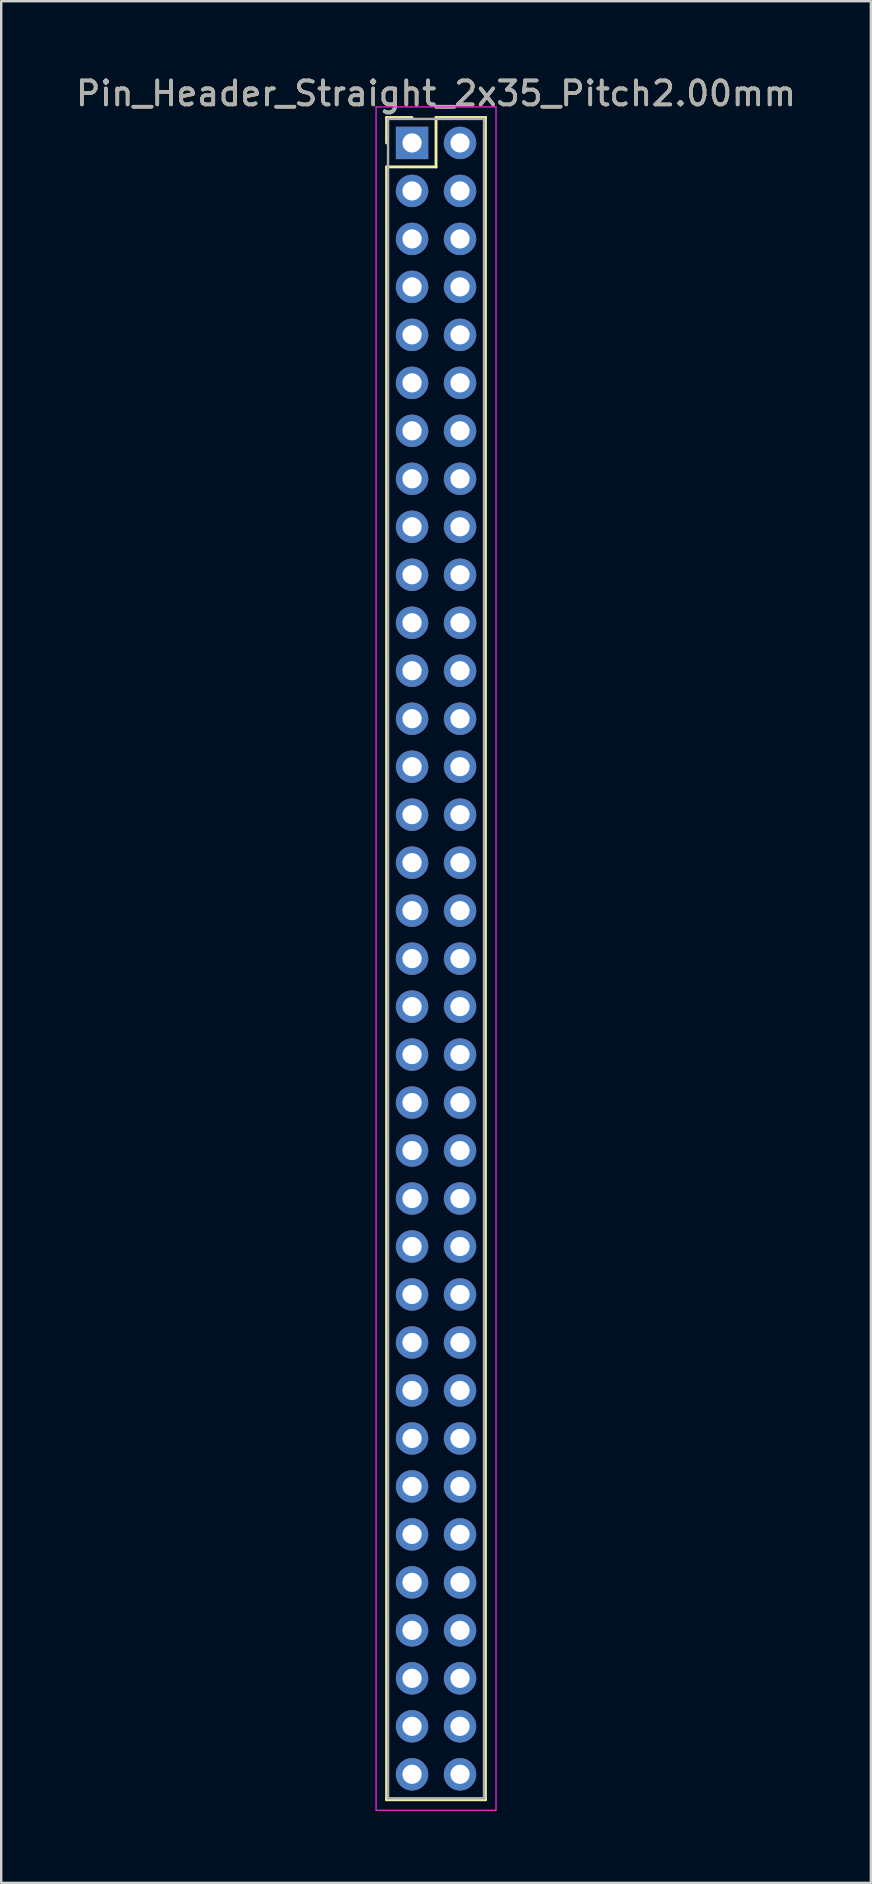
<source format=kicad_pcb>
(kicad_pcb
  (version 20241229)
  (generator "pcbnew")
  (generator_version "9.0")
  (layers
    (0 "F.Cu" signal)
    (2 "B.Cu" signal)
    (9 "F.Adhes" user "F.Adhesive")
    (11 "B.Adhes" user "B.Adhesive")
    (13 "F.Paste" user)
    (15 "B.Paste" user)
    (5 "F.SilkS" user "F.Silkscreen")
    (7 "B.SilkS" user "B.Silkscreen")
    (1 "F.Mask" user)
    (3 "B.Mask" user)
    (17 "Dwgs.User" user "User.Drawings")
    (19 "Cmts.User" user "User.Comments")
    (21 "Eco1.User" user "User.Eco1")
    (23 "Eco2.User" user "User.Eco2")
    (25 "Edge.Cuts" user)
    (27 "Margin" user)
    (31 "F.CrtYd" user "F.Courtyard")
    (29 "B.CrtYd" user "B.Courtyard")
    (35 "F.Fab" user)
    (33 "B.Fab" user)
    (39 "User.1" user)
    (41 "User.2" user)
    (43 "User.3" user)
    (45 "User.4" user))
  (footprint "Pin_Header_Straight_2x35_Pitch2.00mm"
    (layer "F.Cu")
    (at 14.125 2.908)
    (property "Reference" "Pin_Header_Straight_2x35_Pitch2.00mm" (at 1 -2.06 0) (layer "F.SilkS") (effects (font (size 1 1) (thickness 0.15))))
    (attr through_hole)
    (fp_line (start -1.06 -1.06) (end 0 -1.06) (stroke (width 0.12) (type solid)) (layer "F.SilkS"))
    (fp_line (start -1.06 0) (end -1.06 -1.06) (stroke (width 0.12) (type solid)) (layer "F.SilkS"))
    (fp_line (start -1.06 1) (end -1.06 69.06) (stroke (width 0.12) (type solid)) (layer "F.SilkS"))
    (fp_line (start -1.06 69.06) (end 3.06 69.06) (stroke (width 0.12) (type solid)) (layer "F.SilkS"))
    (fp_line (start 1 -1.06) (end 1 1) (stroke (width 0.12) (type solid)) (layer "F.SilkS"))
    (fp_line (start 1 1) (end -1.06 1) (stroke (width 0.12) (type solid)) (layer "F.SilkS"))
    (fp_line (start 3.06 -1.06) (end 1 -1.06) (stroke (width 0.12) (type solid)) (layer "F.SilkS"))
    (fp_line (start 3.06 69.06) (end 3.06 -1.06) (stroke (width 0.12) (type solid)) (layer "F.SilkS"))
    (fp_line (start -1.5 -1.5) (end -1.5 69.5) (stroke (width 0.05) (type solid)) (layer "F.CrtYd"))
    (fp_line (start -1.5 69.5) (end 3.5 69.5) (stroke (width 0.05) (type solid)) (layer "F.CrtYd"))
    (fp_line (start 3.5 -1.5) (end -1.5 -1.5) (stroke (width 0.05) (type solid)) (layer "F.CrtYd"))
    (fp_line (start 3.5 69.5) (end 3.5 -1.5) (stroke (width 0.05) (type solid)) (layer "F.CrtYd"))
    (fp_line (start -1 -1) (end -1 69) (stroke (width 0.1) (type solid)) (layer "F.Fab"))
    (fp_line (start -1 69) (end 3 69) (stroke (width 0.1) (type solid)) (layer "F.Fab"))
    (fp_line (start 3 -1) (end -1 -1) (stroke (width 0.1) (type solid)) (layer "F.Fab"))
    (fp_line (start 3 69) (end 3 -1) (stroke (width 0.1) (type solid)) (layer "F.Fab"))
    (fp_text user "${REFERENCE}" (at 1 -2.06 0) (layer "F.Fab") (effects (font (size 1 1) (thickness 0.15))))
    (pad "1" thru_hole rect (at 0 0) (size 1.35 1.35) (drill 0.8) (layers "*.Cu" "*.Mask"))
    (pad "2" thru_hole oval (at 2 0) (size 1.35 1.35) (drill 0.8) (layers "*.Cu" "*.Mask"))
    (pad "3" thru_hole oval (at 0 2) (size 1.35 1.35) (drill 0.8) (layers "*.Cu" "*.Mask"))
    (pad "4" thru_hole oval (at 2 2) (size 1.35 1.35) (drill 0.8) (layers "*.Cu" "*.Mask"))
    (pad "5" thru_hole oval (at 0 4) (size 1.35 1.35) (drill 0.8) (layers "*.Cu" "*.Mask"))
    (pad "6" thru_hole oval (at 2 4) (size 1.35 1.35) (drill 0.8) (layers "*.Cu" "*.Mask"))
    (pad "7" thru_hole oval (at 0 6) (size 1.35 1.35) (drill 0.8) (layers "*.Cu" "*.Mask"))
    (pad "8" thru_hole oval (at 2 6) (size 1.35 1.35) (drill 0.8) (layers "*.Cu" "*.Mask"))
    (pad "9" thru_hole oval (at 0 8) (size 1.35 1.35) (drill 0.8) (layers "*.Cu" "*.Mask"))
    (pad "10" thru_hole oval (at 2 8) (size 1.35 1.35) (drill 0.8) (layers "*.Cu" "*.Mask"))
    (pad "11" thru_hole oval (at 0 10) (size 1.35 1.35) (drill 0.8) (layers "*.Cu" "*.Mask"))
    (pad "12" thru_hole oval (at 2 10) (size 1.35 1.35) (drill 0.8) (layers "*.Cu" "*.Mask"))
    (pad "13" thru_hole oval (at 0 12) (size 1.35 1.35) (drill 0.8) (layers "*.Cu" "*.Mask"))
    (pad "14" thru_hole oval (at 2 12) (size 1.35 1.35) (drill 0.8) (layers "*.Cu" "*.Mask"))
    (pad "15" thru_hole oval (at 0 14) (size 1.35 1.35) (drill 0.8) (layers "*.Cu" "*.Mask"))
    (pad "16" thru_hole oval (at 2 14) (size 1.35 1.35) (drill 0.8) (layers "*.Cu" "*.Mask"))
    (pad "17" thru_hole oval (at 0 16) (size 1.35 1.35) (drill 0.8) (layers "*.Cu" "*.Mask"))
    (pad "18" thru_hole oval (at 2 16) (size 1.35 1.35) (drill 0.8) (layers "*.Cu" "*.Mask"))
    (pad "19" thru_hole oval (at 0 18) (size 1.35 1.35) (drill 0.8) (layers "*.Cu" "*.Mask"))
    (pad "20" thru_hole oval (at 2 18) (size 1.35 1.35) (drill 0.8) (layers "*.Cu" "*.Mask"))
    (pad "21" thru_hole oval (at 0 20) (size 1.35 1.35) (drill 0.8) (layers "*.Cu" "*.Mask"))
    (pad "22" thru_hole oval (at 2 20) (size 1.35 1.35) (drill 0.8) (layers "*.Cu" "*.Mask"))
    (pad "23" thru_hole oval (at 0 22) (size 1.35 1.35) (drill 0.8) (layers "*.Cu" "*.Mask"))
    (pad "24" thru_hole oval (at 2 22) (size 1.35 1.35) (drill 0.8) (layers "*.Cu" "*.Mask"))
    (pad "25" thru_hole oval (at 0 24) (size 1.35 1.35) (drill 0.8) (layers "*.Cu" "*.Mask"))
    (pad "26" thru_hole oval (at 2 24) (size 1.35 1.35) (drill 0.8) (layers "*.Cu" "*.Mask"))
    (pad "27" thru_hole oval (at 0 26) (size 1.35 1.35) (drill 0.8) (layers "*.Cu" "*.Mask"))
    (pad "28" thru_hole oval (at 2 26) (size 1.35 1.35) (drill 0.8) (layers "*.Cu" "*.Mask"))
    (pad "29" thru_hole oval (at 0 28) (size 1.35 1.35) (drill 0.8) (layers "*.Cu" "*.Mask"))
    (pad "30" thru_hole oval (at 2 28) (size 1.35 1.35) (drill 0.8) (layers "*.Cu" "*.Mask"))
    (pad "31" thru_hole oval (at 0 30) (size 1.35 1.35) (drill 0.8) (layers "*.Cu" "*.Mask"))
    (pad "32" thru_hole oval (at 2 30) (size 1.35 1.35) (drill 0.8) (layers "*.Cu" "*.Mask"))
    (pad "33" thru_hole oval (at 0 32) (size 1.35 1.35) (drill 0.8) (layers "*.Cu" "*.Mask"))
    (pad "34" thru_hole oval (at 2 32) (size 1.35 1.35) (drill 0.8) (layers "*.Cu" "*.Mask"))
    (pad "35" thru_hole oval (at 0 34) (size 1.35 1.35) (drill 0.8) (layers "*.Cu" "*.Mask"))
    (pad "36" thru_hole oval (at 2 34) (size 1.35 1.35) (drill 0.8) (layers "*.Cu" "*.Mask"))
    (pad "37" thru_hole oval (at 0 36) (size 1.35 1.35) (drill 0.8) (layers "*.Cu" "*.Mask"))
    (pad "38" thru_hole oval (at 2 36) (size 1.35 1.35) (drill 0.8) (layers "*.Cu" "*.Mask"))
    (pad "39" thru_hole oval (at 0 38) (size 1.35 1.35) (drill 0.8) (layers "*.Cu" "*.Mask"))
    (pad "40" thru_hole oval (at 2 38) (size 1.35 1.35) (drill 0.8) (layers "*.Cu" "*.Mask"))
    (pad "41" thru_hole oval (at 0 40) (size 1.35 1.35) (drill 0.8) (layers "*.Cu" "*.Mask"))
    (pad "42" thru_hole oval (at 2 40) (size 1.35 1.35) (drill 0.8) (layers "*.Cu" "*.Mask"))
    (pad "43" thru_hole oval (at 0 42) (size 1.35 1.35) (drill 0.8) (layers "*.Cu" "*.Mask"))
    (pad "44" thru_hole oval (at 2 42) (size 1.35 1.35) (drill 0.8) (layers "*.Cu" "*.Mask"))
    (pad "45" thru_hole oval (at 0 44) (size 1.35 1.35) (drill 0.8) (layers "*.Cu" "*.Mask"))
    (pad "46" thru_hole oval (at 2 44) (size 1.35 1.35) (drill 0.8) (layers "*.Cu" "*.Mask"))
    (pad "47" thru_hole oval (at 0 46) (size 1.35 1.35) (drill 0.8) (layers "*.Cu" "*.Mask"))
    (pad "48" thru_hole oval (at 2 46) (size 1.35 1.35) (drill 0.8) (layers "*.Cu" "*.Mask"))
    (pad "49" thru_hole oval (at 0 48) (size 1.35 1.35) (drill 0.8) (layers "*.Cu" "*.Mask"))
    (pad "50" thru_hole oval (at 2 48) (size 1.35 1.35) (drill 0.8) (layers "*.Cu" "*.Mask"))
    (pad "51" thru_hole oval (at 0 50) (size 1.35 1.35) (drill 0.8) (layers "*.Cu" "*.Mask"))
    (pad "52" thru_hole oval (at 2 50) (size 1.35 1.35) (drill 0.8) (layers "*.Cu" "*.Mask"))
    (pad "53" thru_hole oval (at 0 52) (size 1.35 1.35) (drill 0.8) (layers "*.Cu" "*.Mask"))
    (pad "54" thru_hole oval (at 2 52) (size 1.35 1.35) (drill 0.8) (layers "*.Cu" "*.Mask"))
    (pad "55" thru_hole oval (at 0 54) (size 1.35 1.35) (drill 0.8) (layers "*.Cu" "*.Mask"))
    (pad "56" thru_hole oval (at 2 54) (size 1.35 1.35) (drill 0.8) (layers "*.Cu" "*.Mask"))
    (pad "57" thru_hole oval (at 0 56) (size 1.35 1.35) (drill 0.8) (layers "*.Cu" "*.Mask"))
    (pad "58" thru_hole oval (at 2 56) (size 1.35 1.35) (drill 0.8) (layers "*.Cu" "*.Mask"))
    (pad "59" thru_hole oval (at 0 58) (size 1.35 1.35) (drill 0.8) (layers "*.Cu" "*.Mask"))
    (pad "60" thru_hole oval (at 2 58) (size 1.35 1.35) (drill 0.8) (layers "*.Cu" "*.Mask"))
    (pad "61" thru_hole oval (at 0 60) (size 1.35 1.35) (drill 0.8) (layers "*.Cu" "*.Mask"))
    (pad "62" thru_hole oval (at 2 60) (size 1.35 1.35) (drill 0.8) (layers "*.Cu" "*.Mask"))
    (pad "63" thru_hole oval (at 0 62) (size 1.35 1.35) (drill 0.8) (layers "*.Cu" "*.Mask"))
    (pad "64" thru_hole oval (at 2 62) (size 1.35 1.35) (drill 0.8) (layers "*.Cu" "*.Mask"))
    (pad "65" thru_hole oval (at 0 64) (size 1.35 1.35) (drill 0.8) (layers "*.Cu" "*.Mask"))
    (pad "66" thru_hole oval (at 2 64) (size 1.35 1.35) (drill 0.8) (layers "*.Cu" "*.Mask"))
    (pad "67" thru_hole oval (at 0 66) (size 1.35 1.35) (drill 0.8) (layers "*.Cu" "*.Mask"))
    (pad "68" thru_hole oval (at 2 66) (size 1.35 1.35) (drill 0.8) (layers "*.Cu" "*.Mask"))
    (pad "69" thru_hole oval (at 0 68) (size 1.35 1.35) (drill 0.8) (layers "*.Cu" "*.Mask"))
    (pad "70" thru_hole oval (at 2 68) (size 1.35 1.35) (drill 0.8) (layers "*.Cu" "*.Mask")))
  (gr_rect
    (start -3 -3)
    (end 33.25 75.433)
    (stroke (width 0.1) (type default))
    (fill no)
    (layer "Edge.Cuts")))
</source>
